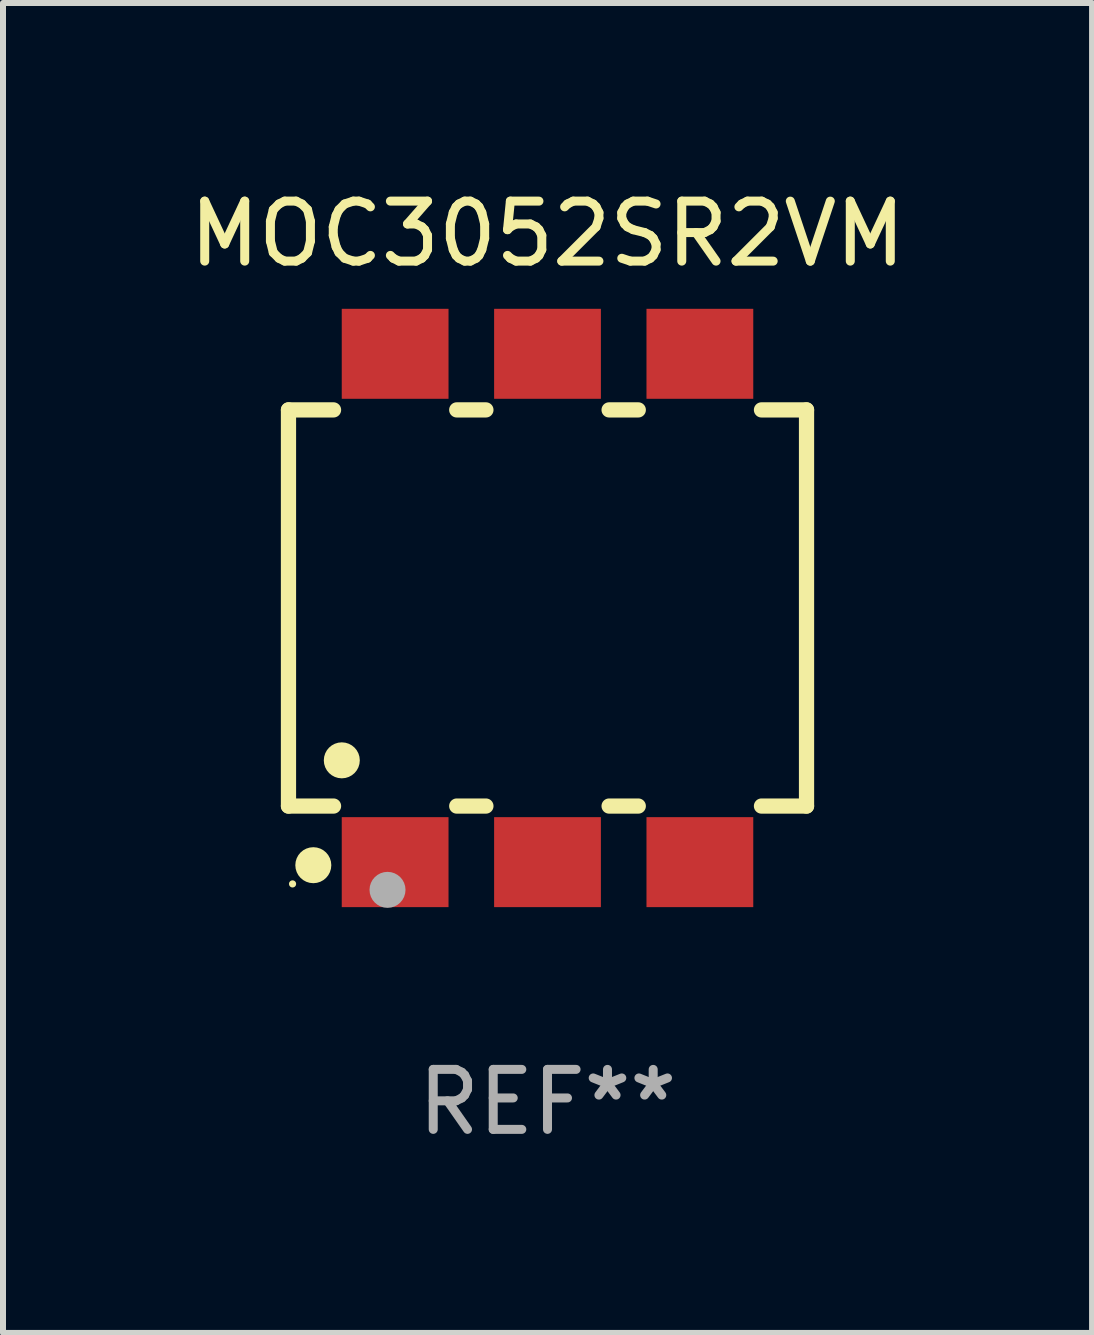
<source format=kicad_pcb>
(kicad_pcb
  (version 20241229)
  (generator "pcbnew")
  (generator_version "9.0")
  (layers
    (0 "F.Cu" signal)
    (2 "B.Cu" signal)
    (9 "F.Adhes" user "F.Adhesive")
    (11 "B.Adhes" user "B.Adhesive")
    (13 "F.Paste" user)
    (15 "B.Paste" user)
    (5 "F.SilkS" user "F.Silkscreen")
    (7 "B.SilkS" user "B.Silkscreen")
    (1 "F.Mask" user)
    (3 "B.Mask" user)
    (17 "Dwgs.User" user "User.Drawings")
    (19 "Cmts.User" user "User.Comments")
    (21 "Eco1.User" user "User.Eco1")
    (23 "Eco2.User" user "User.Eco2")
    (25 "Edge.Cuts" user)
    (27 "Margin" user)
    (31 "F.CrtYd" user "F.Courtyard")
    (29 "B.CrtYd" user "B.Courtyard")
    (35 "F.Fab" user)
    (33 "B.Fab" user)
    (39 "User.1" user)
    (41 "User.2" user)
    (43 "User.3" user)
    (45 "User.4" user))
  (footprint "MOC3052SR2VM"
    (layer "F.Cu")
    (at 6.077 7.085)
    (property "Reference" "MOC3052SR2VM" (at 0 -6.237 0) (layer "F.SilkS") (effects (font (size 1 1) (thickness 0.15))))
    (attr through_hole)
    (fp_line (start -4.318 -3.302) (end -3.567 -3.302) (stroke (width 0.254) (type solid)) (layer "F.SilkS"))
    (fp_line (start -4.318 3.302) (end -4.318 -3.302) (stroke (width 0.254) (type solid)) (layer "F.SilkS"))
    (fp_line (start -3.567 3.302) (end -4.318 3.302) (stroke (width 0.254) (type solid)) (layer "F.SilkS"))
    (fp_line (start -1.513 -3.302) (end -1.027 -3.302) (stroke (width 0.254) (type solid)) (layer "F.SilkS"))
    (fp_line (start -1.027 3.302) (end -1.513 3.302) (stroke (width 0.254) (type solid)) (layer "F.SilkS"))
    (fp_line (start 1.027 -3.302) (end 1.513 -3.302) (stroke (width 0.254) (type solid)) (layer "F.SilkS"))
    (fp_line (start 1.513 3.302) (end 1.027 3.302) (stroke (width 0.254) (type solid)) (layer "F.SilkS"))
    (fp_line (start 3.567 -3.302) (end 4.318 -3.302) (stroke (width 0.254) (type solid)) (layer "F.SilkS"))
    (fp_line (start 4.318 -3.302) (end 4.318 3.302) (stroke (width 0.254) (type solid)) (layer "F.SilkS"))
    (fp_line (start 4.318 3.302) (end 3.567 3.302) (stroke (width 0.254) (type solid)) (layer "F.SilkS"))
    (fp_circle (center -4.25 4.6) (end -4.22 4.6) (stroke (width 0.06) (type solid)) (fill no) (layer "F.SilkS"))
    (fp_circle (center -3.904 4.288) (end -3.754 4.288) (stroke (width 0.3) (type solid)) (fill no) (layer "F.SilkS"))
    (fp_circle (center -3.429 2.54) (end -3.279 2.54) (stroke (width 0.3) (type solid)) (fill no) (layer "F.SilkS"))
    (fp_circle (center -2.667 4.699) (end -2.517 4.699) (stroke (width 0.3) (type solid)) (fill no) (layer "F.Fab"))
    (fp_text user "REF**" (at 0 8.237 0) (layer "F.Fab") (effects (font (size 1 1) (thickness 0.15))))
    (pad "1" smd rect (at -2.54 4.237) (size 1.78 1.5) (layers "F.Cu" "F.Mask" "F.Paste"))
    (pad "2" smd rect (at 0 4.237) (size 1.78 1.5) (layers "F.Cu" "F.Mask" "F.Paste"))
    (pad "3" smd rect (at 2.54 4.237) (size 1.78 1.5) (layers "F.Cu" "F.Mask" "F.Paste"))
    (pad "4" smd rect (at 2.54 -4.237) (size 1.78 1.5) (layers "F.Cu" "F.Mask" "F.Paste"))
    (pad "5" smd rect (at 0 -4.237) (size 1.78 1.5) (layers "F.Cu" "F.Mask" "F.Paste"))
    (pad "6" smd rect (at -2.54 -4.237) (size 1.78 1.5) (layers "F.Cu" "F.Mask" "F.Paste")))
  (gr_rect
    (start -3 -3)
    (end 15.155 19.17)
    (stroke (width 0.1) (type default))
    (fill no)
    (layer "Edge.Cuts")))
</source>
